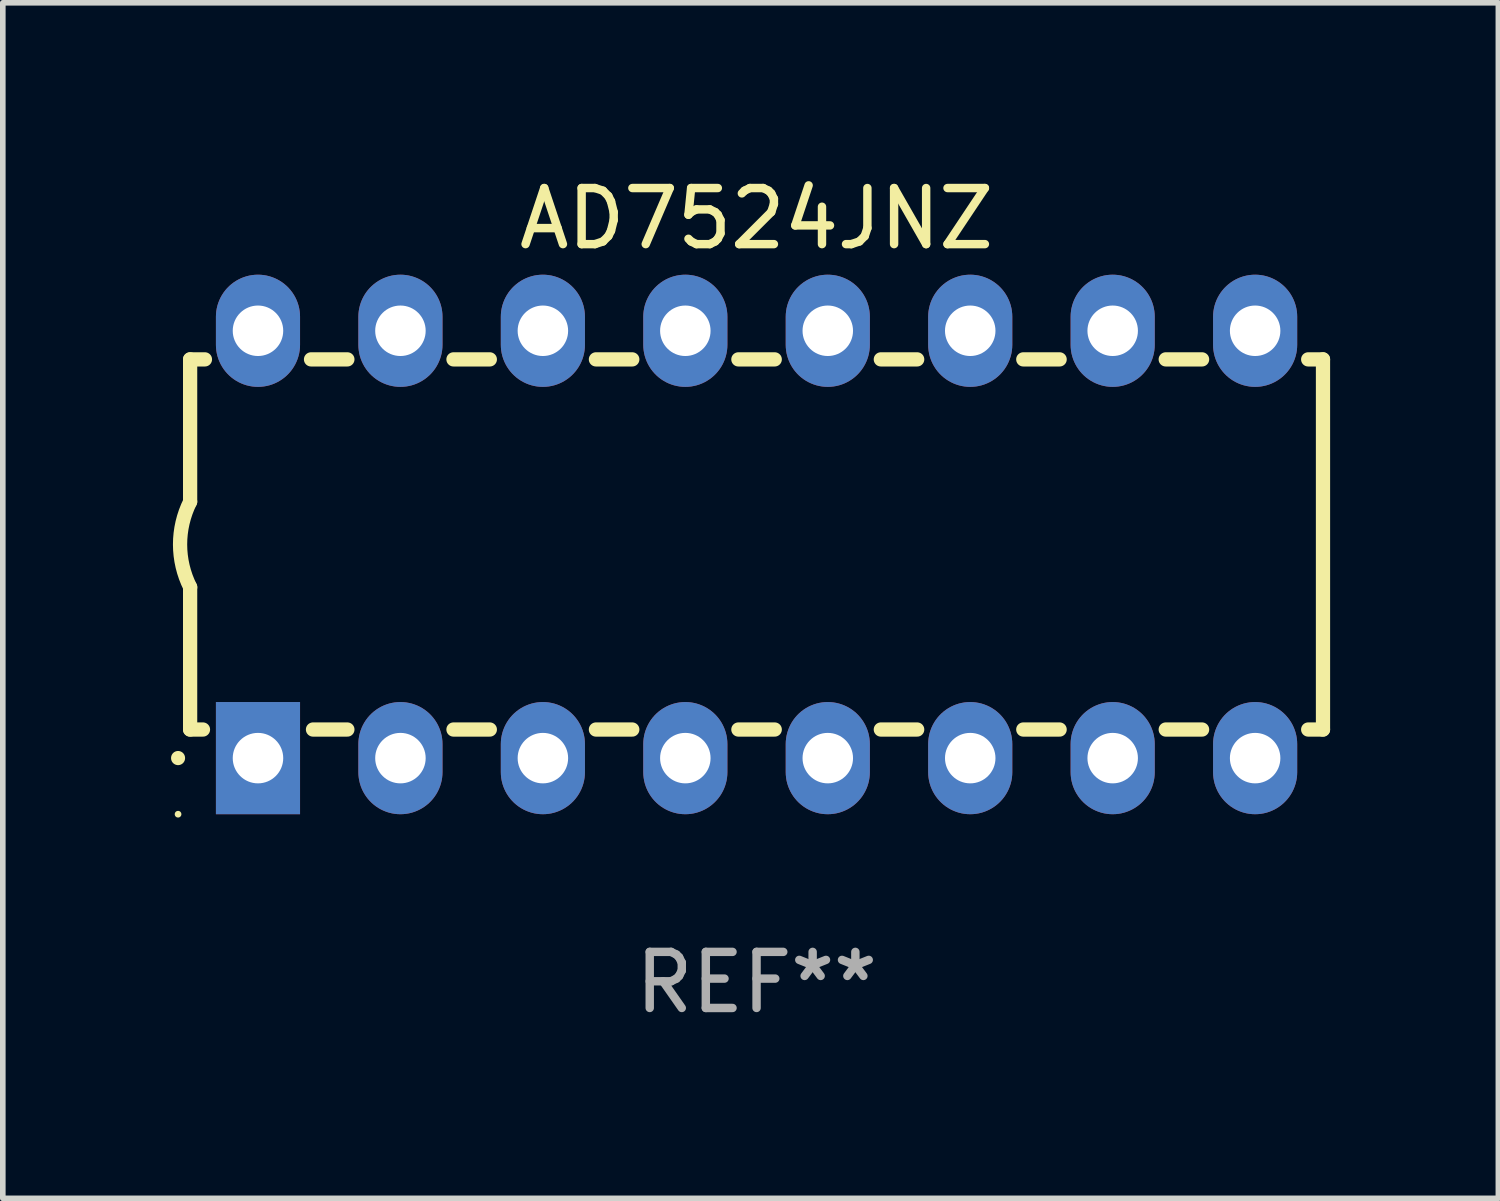
<source format=kicad_pcb>
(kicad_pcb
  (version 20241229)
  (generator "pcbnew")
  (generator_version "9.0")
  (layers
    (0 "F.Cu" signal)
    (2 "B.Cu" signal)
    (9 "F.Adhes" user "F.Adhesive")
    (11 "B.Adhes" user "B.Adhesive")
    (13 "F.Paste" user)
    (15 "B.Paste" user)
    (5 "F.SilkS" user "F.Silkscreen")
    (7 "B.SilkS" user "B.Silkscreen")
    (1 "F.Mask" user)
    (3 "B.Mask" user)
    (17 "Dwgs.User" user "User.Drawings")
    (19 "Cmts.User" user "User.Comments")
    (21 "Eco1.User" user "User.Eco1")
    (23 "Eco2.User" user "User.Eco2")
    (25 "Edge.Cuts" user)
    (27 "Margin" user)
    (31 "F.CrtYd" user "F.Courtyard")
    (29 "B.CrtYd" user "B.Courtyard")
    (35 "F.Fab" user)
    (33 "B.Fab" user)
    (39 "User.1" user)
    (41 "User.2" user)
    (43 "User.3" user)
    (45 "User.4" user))
  (footprint "AD7524JNZ"
    (layer "F.Cu")
    (at 10.44 6.658)
    (property "Reference" "AD7524JNZ" (at 0 -5.81 0) (layer "F.SilkS") (effects (font (size 1 1) (thickness 0.15))))
    (attr through_hole)
    (fp_line (start -10.1 -3.3) (end -10.1 -0.762) (stroke (width 0.254) (type solid)) (layer "F.SilkS"))
    (fp_line (start -10.1 -3.3) (end -9.836 -3.3) (stroke (width 0.254) (type solid)) (layer "F.SilkS"))
    (fp_line (start -10.1 3.3) (end -10.1 0.762) (stroke (width 0.254) (type solid)) (layer "F.SilkS"))
    (fp_line (start -9.871 3.3) (end -10.1 3.3) (stroke (width 0.254) (type solid)) (layer "F.SilkS"))
    (fp_line (start -7.944 -3.3) (end -7.296 -3.3) (stroke (width 0.254) (type solid)) (layer "F.SilkS"))
    (fp_line (start -7.296 3.3) (end -7.909 3.3) (stroke (width 0.254) (type solid)) (layer "F.SilkS"))
    (fp_line (start -5.404 -3.3) (end -4.756 -3.3) (stroke (width 0.254) (type solid)) (layer "F.SilkS"))
    (fp_line (start -4.756 3.3) (end -5.404 3.3) (stroke (width 0.254) (type solid)) (layer "F.SilkS"))
    (fp_line (start -2.864 -3.3) (end -2.216 -3.3) (stroke (width 0.254) (type solid)) (layer "F.SilkS"))
    (fp_line (start -2.216 3.3) (end -2.864 3.3) (stroke (width 0.254) (type solid)) (layer "F.SilkS"))
    (fp_line (start -0.324 -3.3) (end 0.324 -3.3) (stroke (width 0.254) (type solid)) (layer "F.SilkS"))
    (fp_line (start 0.324 3.3) (end -0.324 3.3) (stroke (width 0.254) (type solid)) (layer "F.SilkS"))
    (fp_line (start 2.216 -3.3) (end 2.864 -3.3) (stroke (width 0.254) (type solid)) (layer "F.SilkS"))
    (fp_line (start 2.864 3.3) (end 2.216 3.3) (stroke (width 0.254) (type solid)) (layer "F.SilkS"))
    (fp_line (start 4.756 -3.3) (end 5.404 -3.3) (stroke (width 0.254) (type solid)) (layer "F.SilkS"))
    (fp_line (start 5.404 3.3) (end 4.756 3.3) (stroke (width 0.254) (type solid)) (layer "F.SilkS"))
    (fp_line (start 7.296 -3.3) (end 7.944 -3.3) (stroke (width 0.254) (type solid)) (layer "F.SilkS"))
    (fp_line (start 7.944 3.3) (end 7.296 3.3) (stroke (width 0.254) (type solid)) (layer "F.SilkS"))
    (fp_line (start 9.836 -3.3) (end 10.1 -3.3) (stroke (width 0.254) (type solid)) (layer "F.SilkS"))
    (fp_line (start 10.1 3.3) (end 9.836 3.3) (stroke (width 0.254) (type solid)) (layer "F.SilkS"))
    (fp_line (start 10.1 3.3) (end 10.1 -3.3) (stroke (width 0.254) (type solid)) (layer "F.SilkS"))
    (fp_arc (start -10.314948 3.810008) (mid -10.314955 3.808738) (end -10.314948 3.807468) (stroke (width 0.25) (type solid)) (layer "F.SilkS"))
    (fp_arc (start -10.099048 0.762001) (mid -10.279271 0.000116) (end -10.100038 -0.762002) (stroke (width 0.254001) (type solid)) (layer "F.SilkS"))
    (fp_circle (center -10.315 4.81) (end -10.285 4.81) (stroke (width 0.06) (type solid)) (fill no) (layer "F.SilkS"))
    (fp_text user "REF**" (at 0 7.81 0) (layer "F.Fab") (effects (font (size 1 1) (thickness 0.15))))
    (pad "1" thru_hole rect (at -8.89 3.81 90) (size 2 1.5) (drill 0.9) (layers "*.Cu" "*.Mask"))
    (pad "2" thru_hole oval (at -6.35 3.81 90) (size 2 1.5) (drill 0.9) (layers "*.Cu" "*.Mask"))
    (pad "3" thru_hole oval (at -3.81 3.81 90) (size 2 1.5) (drill 0.9) (layers "*.Cu" "*.Mask"))
    (pad "4" thru_hole oval (at -1.27 3.81 90) (size 2 1.5) (drill 0.9) (layers "*.Cu" "*.Mask"))
    (pad "5" thru_hole oval (at 1.27 3.81 90) (size 2 1.5) (drill 0.9) (layers "*.Cu" "*.Mask"))
    (pad "6" thru_hole oval (at 3.81 3.81 90) (size 2 1.5) (drill 0.9) (layers "*.Cu" "*.Mask"))
    (pad "7" thru_hole oval (at 6.35 3.81 90) (size 2 1.5) (drill 0.9) (layers "*.Cu" "*.Mask"))
    (pad "8" thru_hole oval (at 8.89 3.81 90) (size 2 1.5) (drill 0.9) (layers "*.Cu" "*.Mask"))
    (pad "9" thru_hole oval (at 8.89 -3.81 90) (size 2 1.5) (drill 0.9) (layers "*.Cu" "*.Mask"))
    (pad "10" thru_hole oval (at 6.35 -3.81 90) (size 2 1.5) (drill 0.9) (layers "*.Cu" "*.Mask"))
    (pad "11" thru_hole oval (at 3.81 -3.81 90) (size 2 1.5) (drill 0.9) (layers "*.Cu" "*.Mask"))
    (pad "12" thru_hole oval (at 1.27 -3.81 90) (size 2 1.5) (drill 0.9) (layers "*.Cu" "*.Mask"))
    (pad "13" thru_hole oval (at -1.27 -3.81 90) (size 2 1.5) (drill 0.9) (layers "*.Cu" "*.Mask"))
    (pad "14" thru_hole oval (at -3.81 -3.81 90) (size 2 1.5) (drill 0.9) (layers "*.Cu" "*.Mask"))
    (pad "15" thru_hole oval (at -6.35 -3.81 90) (size 2 1.5) (drill 0.9) (layers "*.Cu" "*.Mask"))
    (pad "16" thru_hole oval (at -8.89 -3.81 90) (size 2 1.5) (drill 0.9) (layers "*.Cu" "*.Mask")))
  (gr_rect
    (start -3 -3)
    (end 23.667 18.317)
    (stroke (width 0.1) (type default))
    (fill no)
    (layer "Edge.Cuts")))
</source>
